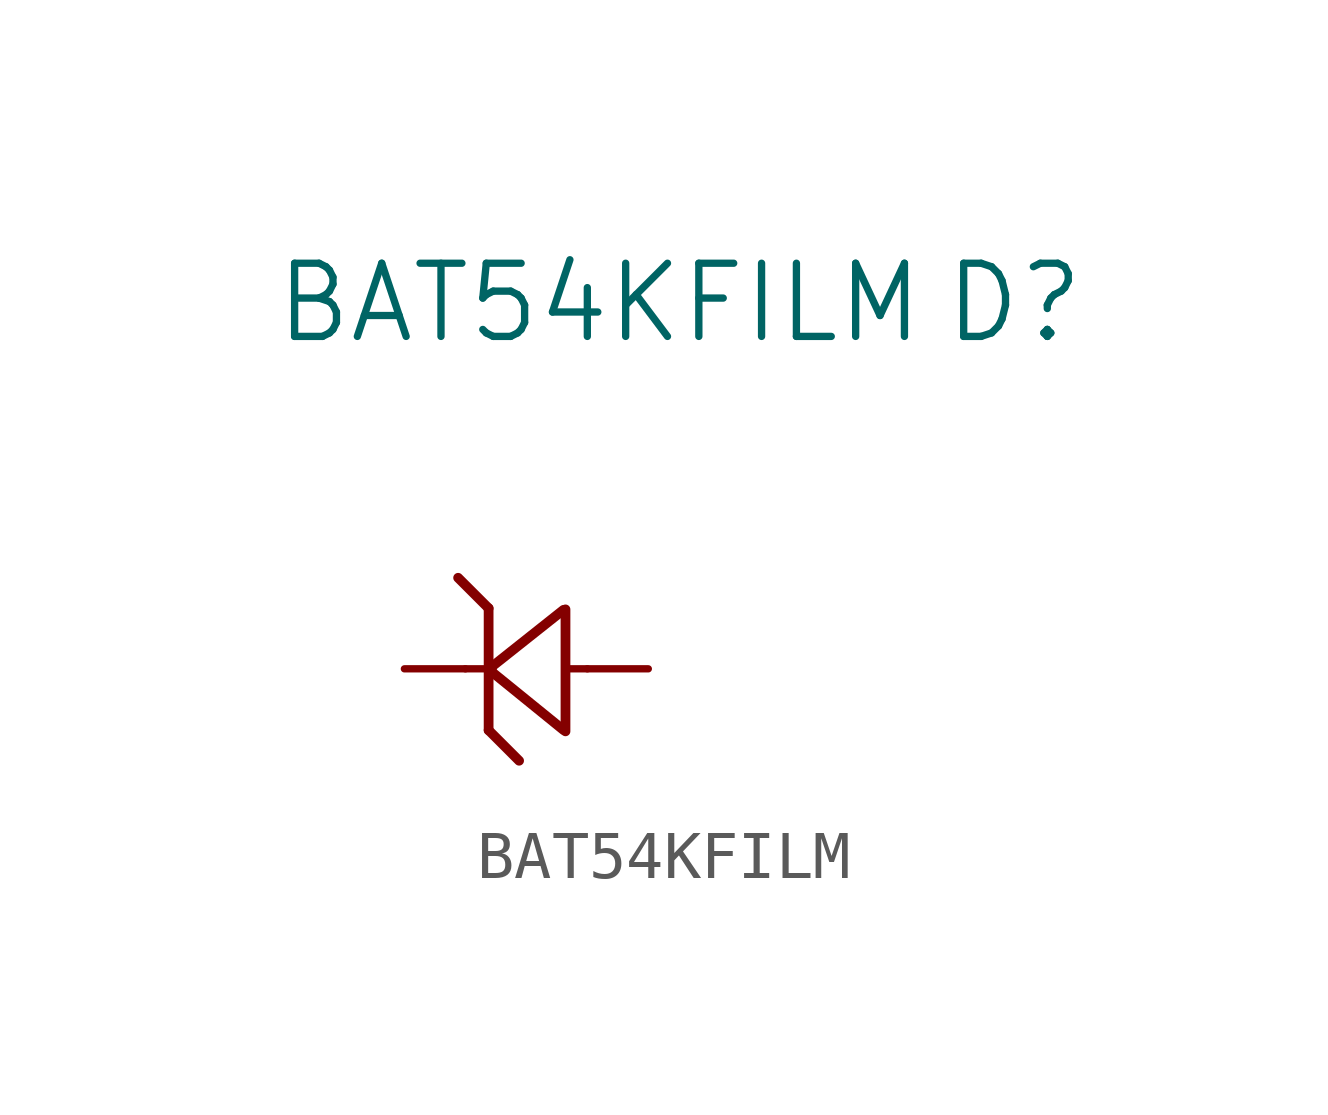
<source format=kicad_sym>
(kicad_symbol_lib
  (version 20231120)
  (generator "kicad_symbol_editor")
  (generator_version "8.0")
  (symbol "BAT54KFILM"
    (pin_numbers hide)
    (pin_names
      (offset 0.254) hide)
    (property "Reference" "D"
      (at 12.7 7.62 0)
      (effects (font (size 1.524 1.524))))
    (property "Value" "BAT54KFILM"
      (at 4.064 7.62 0)
      (effects (font (size 1.524 1.524))))
    (symbol "BAT54KFILM_0_1"
      (polyline (pts (xy 1.119 1.896) (xy 1.754 1.261)) (stroke (width 0.203) (type default)) (fill (type none)))
      (polyline (pts (xy 1.27 0) (xy 1.848 0)) (stroke (width 0) (type default)) (fill (type none)))
      (polyline (pts (xy 1.754 -1.279) (xy 2.389 -1.914)) (stroke (width 0.203) (type default)) (fill (type none)))
      (polyline (pts (xy 1.754 -0.009) (xy 3.312 -1.273)) (stroke (width 0.203) (type default)) (fill (type none)))
      (polyline (pts (xy 1.754 1.261) (xy 1.754 -1.279)) (stroke (width 0.203) (type default)) (fill (type none)))
      (polyline (pts (xy 3.312 1.227) (xy 1.754 -0.009)) (stroke (width 0.203) (type default)) (fill (type none)))
      (polyline (pts (xy 3.355 -1.302) (xy 3.355 1.238)) (stroke (width 0.203) (type default)) (fill (type none)))
      (polyline (pts (xy 3.81 0) (xy 3.358 0)) (stroke (width 0) (type default)) (fill (type none))))
    (symbol "BAT54KFILM_1_1"
      (pin passive line (at 0 0 0) (length 1.27) (name "" (effects (font (size 1.27 1.27)))) (number "1" (effects (font (size 1.27 1.27)))))
      (pin passive line (at 5.08 0 180) (length 1.27) (name "" (effects (font (size 1.27 1.27)))) (number "2" (effects (font (size 1.27 1.27))))))))
</source>
